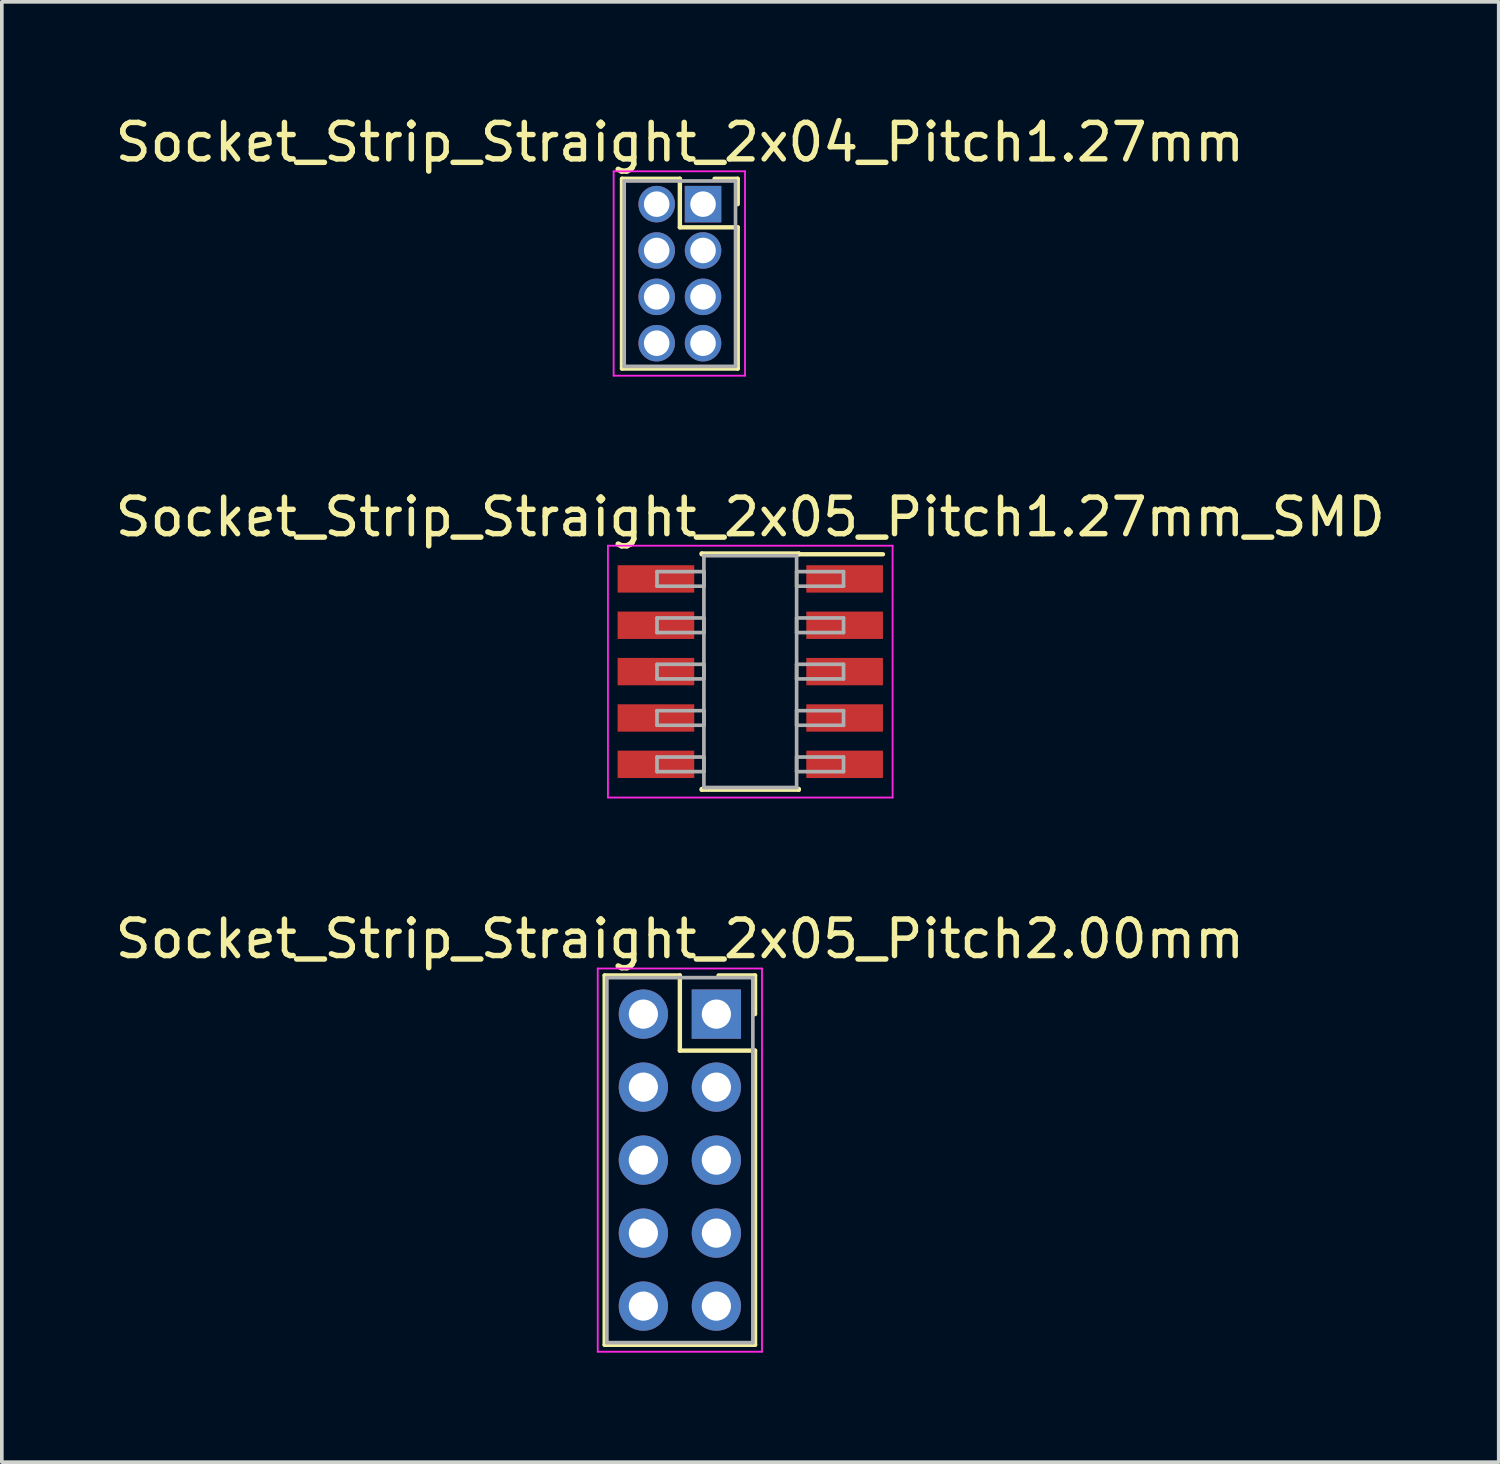
<source format=kicad_pcb>
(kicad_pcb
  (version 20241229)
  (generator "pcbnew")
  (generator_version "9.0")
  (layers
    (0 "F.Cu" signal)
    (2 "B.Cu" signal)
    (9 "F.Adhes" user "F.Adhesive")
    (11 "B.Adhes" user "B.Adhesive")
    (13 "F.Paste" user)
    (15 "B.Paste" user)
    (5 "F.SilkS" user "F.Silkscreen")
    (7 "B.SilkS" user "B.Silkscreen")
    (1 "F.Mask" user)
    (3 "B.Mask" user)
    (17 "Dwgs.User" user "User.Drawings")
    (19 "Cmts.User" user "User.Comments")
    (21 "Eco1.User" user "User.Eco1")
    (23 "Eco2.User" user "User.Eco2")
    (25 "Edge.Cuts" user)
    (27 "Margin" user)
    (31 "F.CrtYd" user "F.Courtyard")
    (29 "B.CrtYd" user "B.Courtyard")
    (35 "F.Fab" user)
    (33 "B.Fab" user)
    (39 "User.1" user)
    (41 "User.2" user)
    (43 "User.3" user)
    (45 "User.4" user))
  (footprint "Socket_Strip_Straight_2x05_Pitch1.27mm_SMD"
    (layer "F.Cu")
    (at 17.506 15.351)
    (property "Reference" "Socket_Strip_Straight_2x05_Pitch1.27mm_SMD" (at 0 -4.235 0) (layer "F.SilkS") (effects (font (size 1 1) (thickness 0.15))))
    (attr smd)
    (fp_line (start -1.33 -3.235) (end 1.33 -3.235) (stroke (width 0.12) (type solid)) (layer "F.SilkS"))
    (fp_line (start -1.33 -3.215) (end -1.33 -3.235) (stroke (width 0.12) (type solid)) (layer "F.SilkS"))
    (fp_line (start -1.33 3.215) (end -1.33 3.235) (stroke (width 0.12) (type solid)) (layer "F.SilkS"))
    (fp_line (start -1.33 3.235) (end 1.33 3.235) (stroke (width 0.12) (type solid)) (layer "F.SilkS"))
    (fp_line (start 1.33 -3.235) (end 1.33 -3.215) (stroke (width 0.12) (type solid)) (layer "F.SilkS"))
    (fp_line (start 1.33 3.235) (end 1.33 3.215) (stroke (width 0.12) (type solid)) (layer "F.SilkS"))
    (fp_line (start 3.635 -3.215) (end 1.33 -3.215) (stroke (width 0.12) (type solid)) (layer "F.SilkS"))
    (fp_line (start -3.9 -3.45) (end -3.9 3.45) (stroke (width 0.05) (type solid)) (layer "F.CrtYd"))
    (fp_line (start -3.9 3.45) (end 3.9 3.45) (stroke (width 0.05) (type solid)) (layer "F.CrtYd"))
    (fp_line (start 3.9 -3.45) (end -3.9 -3.45) (stroke (width 0.05) (type solid)) (layer "F.CrtYd"))
    (fp_line (start 3.9 3.45) (end 3.9 -3.45) (stroke (width 0.05) (type solid)) (layer "F.CrtYd"))
    (fp_line (start -2.555 -2.74) (end -1.27 -2.74) (stroke (width 0.1) (type solid)) (layer "F.Fab"))
    (fp_line (start -2.555 -2.34) (end -2.555 -2.74) (stroke (width 0.1) (type solid)) (layer "F.Fab"))
    (fp_line (start -2.555 -1.47) (end -1.27 -1.47) (stroke (width 0.1) (type solid)) (layer "F.Fab"))
    (fp_line (start -2.555 -1.07) (end -2.555 -1.47) (stroke (width 0.1) (type solid)) (layer "F.Fab"))
    (fp_line (start -2.555 -0.2) (end -1.27 -0.2) (stroke (width 0.1) (type solid)) (layer "F.Fab"))
    (fp_line (start -2.555 0.2) (end -2.555 -0.2) (stroke (width 0.1) (type solid)) (layer "F.Fab"))
    (fp_line (start -2.555 1.07) (end -1.27 1.07) (stroke (width 0.1) (type solid)) (layer "F.Fab"))
    (fp_line (start -2.555 1.47) (end -2.555 1.07) (stroke (width 0.1) (type solid)) (layer "F.Fab"))
    (fp_line (start -2.555 2.34) (end -1.27 2.34) (stroke (width 0.1) (type solid)) (layer "F.Fab"))
    (fp_line (start -2.555 2.74) (end -2.555 2.34) (stroke (width 0.1) (type solid)) (layer "F.Fab"))
    (fp_line (start -1.27 -3.175) (end -1.27 3.175) (stroke (width 0.1) (type solid)) (layer "F.Fab"))
    (fp_line (start -1.27 -2.74) (end -1.27 -2.34) (stroke (width 0.1) (type solid)) (layer "F.Fab"))
    (fp_line (start -1.27 -2.34) (end -2.555 -2.34) (stroke (width 0.1) (type solid)) (layer "F.Fab"))
    (fp_line (start -1.27 -1.47) (end -1.27 -1.07) (stroke (width 0.1) (type solid)) (layer "F.Fab"))
    (fp_line (start -1.27 -1.07) (end -2.555 -1.07) (stroke (width 0.1) (type solid)) (layer "F.Fab"))
    (fp_line (start -1.27 -0.2) (end -1.27 0.2) (stroke (width 0.1) (type solid)) (layer "F.Fab"))
    (fp_line (start -1.27 0.2) (end -2.555 0.2) (stroke (width 0.1) (type solid)) (layer "F.Fab"))
    (fp_line (start -1.27 1.07) (end -1.27 1.47) (stroke (width 0.1) (type solid)) (layer "F.Fab"))
    (fp_line (start -1.27 1.47) (end -2.555 1.47) (stroke (width 0.1) (type solid)) (layer "F.Fab"))
    (fp_line (start -1.27 2.34) (end -1.27 2.74) (stroke (width 0.1) (type solid)) (layer "F.Fab"))
    (fp_line (start -1.27 2.74) (end -2.555 2.74) (stroke (width 0.1) (type solid)) (layer "F.Fab"))
    (fp_line (start -1.27 3.175) (end 1.27 3.175) (stroke (width 0.1) (type solid)) (layer "F.Fab"))
    (fp_line (start 1.27 -3.175) (end -1.27 -3.175) (stroke (width 0.1) (type solid)) (layer "F.Fab"))
    (fp_line (start 1.27 -2.74) (end 1.27 -2.34) (stroke (width 0.1) (type solid)) (layer "F.Fab"))
    (fp_line (start 1.27 -2.34) (end 2.555 -2.34) (stroke (width 0.1) (type solid)) (layer "F.Fab"))
    (fp_line (start 1.27 -1.47) (end 1.27 -1.07) (stroke (width 0.1) (type solid)) (layer "F.Fab"))
    (fp_line (start 1.27 -1.07) (end 2.555 -1.07) (stroke (width 0.1) (type solid)) (layer "F.Fab"))
    (fp_line (start 1.27 -0.2) (end 1.27 0.2) (stroke (width 0.1) (type solid)) (layer "F.Fab"))
    (fp_line (start 1.27 0.2) (end 2.555 0.2) (stroke (width 0.1) (type solid)) (layer "F.Fab"))
    (fp_line (start 1.27 1.07) (end 1.27 1.47) (stroke (width 0.1) (type solid)) (layer "F.Fab"))
    (fp_line (start 1.27 1.47) (end 2.555 1.47) (stroke (width 0.1) (type solid)) (layer "F.Fab"))
    (fp_line (start 1.27 2.34) (end 1.27 2.74) (stroke (width 0.1) (type solid)) (layer "F.Fab"))
    (fp_line (start 1.27 2.74) (end 2.555 2.74) (stroke (width 0.1) (type solid)) (layer "F.Fab"))
    (fp_line (start 1.27 3.175) (end 1.27 -3.175) (stroke (width 0.1) (type solid)) (layer "F.Fab"))
    (fp_line (start 2.555 -2.74) (end 1.27 -2.74) (stroke (width 0.1) (type solid)) (layer "F.Fab"))
    (fp_line (start 2.555 -2.34) (end 2.555 -2.74) (stroke (width 0.1) (type solid)) (layer "F.Fab"))
    (fp_line (start 2.555 -1.47) (end 1.27 -1.47) (stroke (width 0.1) (type solid)) (layer "F.Fab"))
    (fp_line (start 2.555 -1.07) (end 2.555 -1.47) (stroke (width 0.1) (type solid)) (layer "F.Fab"))
    (fp_line (start 2.555 -0.2) (end 1.27 -0.2) (stroke (width 0.1) (type solid)) (layer "F.Fab"))
    (fp_line (start 2.555 0.2) (end 2.555 -0.2) (stroke (width 0.1) (type solid)) (layer "F.Fab"))
    (fp_line (start 2.555 1.07) (end 1.27 1.07) (stroke (width 0.1) (type solid)) (layer "F.Fab"))
    (fp_line (start 2.555 1.47) (end 2.555 1.07) (stroke (width 0.1) (type solid)) (layer "F.Fab"))
    (fp_line (start 2.555 2.34) (end 1.27 2.34) (stroke (width 0.1) (type solid)) (layer "F.Fab"))
    (fp_line (start 2.555 2.74) (end 2.555 2.34) (stroke (width 0.1) (type solid)) (layer "F.Fab"))
    (pad "1" smd rect (at 2.585 -2.54) (size 2.1 0.75) (layers "F.Cu" "F.Mask"))
    (pad "2" smd rect (at -2.585 -2.54) (size 2.1 0.75) (layers "F.Cu" "F.Mask"))
    (pad "3" smd rect (at 2.585 -1.27) (size 2.1 0.75) (layers "F.Cu" "F.Mask"))
    (pad "4" smd rect (at -2.585 -1.27) (size 2.1 0.75) (layers "F.Cu" "F.Mask"))
    (pad "5" smd rect (at 2.585 0) (size 2.1 0.75) (layers "F.Cu" "F.Mask"))
    (pad "6" smd rect (at -2.585 0) (size 2.1 0.75) (layers "F.Cu" "F.Mask"))
    (pad "7" smd rect (at 2.585 1.27) (size 2.1 0.75) (layers "F.Cu" "F.Mask"))
    (pad "8" smd rect (at -2.585 1.27) (size 2.1 0.75) (layers "F.Cu" "F.Mask"))
    (pad "9" smd rect (at 2.585 2.54) (size 2.1 0.75) (layers "F.Cu" "F.Mask"))
    (pad "10" smd rect (at -2.585 2.54) (size 2.1 0.75) (layers "F.Cu" "F.Mask")))
  (footprint "Socket_Strip_Straight_2x04_Pitch1.27mm"
    (layer "F.Cu")
    (at 16.212 2.543)
    (property "Reference" "Socket_Strip_Straight_2x04_Pitch1.27mm" (at -0.635 -1.695 0) (layer "F.SilkS") (effects (font (size 1 1) (thickness 0.15))))
    (attr through_hole)
    (fp_line (start -2.22 -0.695) (end -0.635 -0.695) (stroke (width 0.12) (type solid)) (layer "F.SilkS"))
    (fp_line (start -2.22 4.505) (end -2.22 -0.695) (stroke (width 0.12) (type solid)) (layer "F.SilkS"))
    (fp_line (start -0.635 -0.695) (end -0.635 0.635) (stroke (width 0.12) (type solid)) (layer "F.SilkS"))
    (fp_line (start -0.635 0.635) (end 0.95 0.635) (stroke (width 0.12) (type solid)) (layer "F.SilkS"))
    (fp_line (start 0.95 -0.695) (end 0.315 -0.695) (stroke (width 0.12) (type solid)) (layer "F.SilkS"))
    (fp_line (start 0.95 0) (end 0.95 -0.695) (stroke (width 0.12) (type solid)) (layer "F.SilkS"))
    (fp_line (start 0.95 0.635) (end 0.95 4.505) (stroke (width 0.12) (type solid)) (layer "F.SilkS"))
    (fp_line (start 0.95 4.505) (end -2.22 4.505) (stroke (width 0.12) (type solid)) (layer "F.SilkS"))
    (fp_line (start -2.45 -0.9) (end -2.45 4.7) (stroke (width 0.05) (type solid)) (layer "F.CrtYd"))
    (fp_line (start -2.45 4.7) (end 1.15 4.7) (stroke (width 0.05) (type solid)) (layer "F.CrtYd"))
    (fp_line (start 1.15 -0.9) (end -2.45 -0.9) (stroke (width 0.05) (type solid)) (layer "F.CrtYd"))
    (fp_line (start 1.15 4.7) (end 1.15 -0.9) (stroke (width 0.05) (type solid)) (layer "F.CrtYd"))
    (fp_line (start -2.16 -0.635) (end -2.16 4.445) (stroke (width 0.1) (type solid)) (layer "F.Fab"))
    (fp_line (start -2.16 4.445) (end 0.89 4.445) (stroke (width 0.1) (type solid)) (layer "F.Fab"))
    (fp_line (start 0.89 -0.635) (end -2.16 -0.635) (stroke (width 0.1) (type solid)) (layer "F.Fab"))
    (fp_line (start 0.89 4.445) (end 0.89 -0.635) (stroke (width 0.1) (type solid)) (layer "F.Fab"))
    (pad "1" thru_hole rect (at 0 0) (size 1 1) (drill 0.7) (layers "*.Cu" "*.Mask"))
    (pad "2" thru_hole oval (at -1.27 0) (size 1 1) (drill 0.7) (layers "*.Cu" "*.Mask"))
    (pad "3" thru_hole oval (at 0 1.27) (size 1 1) (drill 0.7) (layers "*.Cu" "*.Mask"))
    (pad "4" thru_hole oval (at -1.27 1.27) (size 1 1) (drill 0.7) (layers "*.Cu" "*.Mask"))
    (pad "5" thru_hole oval (at 0 2.54) (size 1 1) (drill 0.7) (layers "*.Cu" "*.Mask"))
    (pad "6" thru_hole oval (at -1.27 2.54) (size 1 1) (drill 0.7) (layers "*.Cu" "*.Mask"))
    (pad "7" thru_hole oval (at 0 3.81) (size 1 1) (drill 0.7) (layers "*.Cu" "*.Mask"))
    (pad "8" thru_hole oval (at -1.27 3.81) (size 1 1) (drill 0.7) (layers "*.Cu" "*.Mask")))
  (footprint "Socket_Strip_Straight_2x05_Pitch2.00mm"
    (layer "F.Cu")
    (at 16.577 24.735)
    (property "Reference" "Socket_Strip_Straight_2x05_Pitch2.00mm" (at -1 -2.06 0) (layer "F.SilkS") (effects (font (size 1 1) (thickness 0.15))))
    (attr through_hole)
    (fp_line (start -3.06 -1.06) (end -1 -1.06) (stroke (width 0.12) (type solid)) (layer "F.SilkS"))
    (fp_line (start -3.06 9.06) (end -3.06 -1.06) (stroke (width 0.12) (type solid)) (layer "F.SilkS"))
    (fp_line (start -1 -1.06) (end -1 1) (stroke (width 0.12) (type solid)) (layer "F.SilkS"))
    (fp_line (start -1 1) (end 1.06 1) (stroke (width 0.12) (type solid)) (layer "F.SilkS"))
    (fp_line (start 1.06 -1.06) (end 0.06 -1.06) (stroke (width 0.12) (type solid)) (layer "F.SilkS"))
    (fp_line (start 1.06 0) (end 1.06 -1.06) (stroke (width 0.12) (type solid)) (layer "F.SilkS"))
    (fp_line (start 1.06 1) (end 1.06 9.06) (stroke (width 0.12) (type solid)) (layer "F.SilkS"))
    (fp_line (start 1.06 9.06) (end -3.06 9.06) (stroke (width 0.12) (type solid)) (layer "F.SilkS"))
    (fp_line (start -3.25 -1.25) (end -3.25 9.25) (stroke (width 0.05) (type solid)) (layer "F.CrtYd"))
    (fp_line (start -3.25 9.25) (end 1.25 9.25) (stroke (width 0.05) (type solid)) (layer "F.CrtYd"))
    (fp_line (start 1.25 -1.25) (end -3.25 -1.25) (stroke (width 0.05) (type solid)) (layer "F.CrtYd"))
    (fp_line (start 1.25 9.25) (end 1.25 -1.25) (stroke (width 0.05) (type solid)) (layer "F.CrtYd"))
    (fp_line (start -3 -1) (end -3 9) (stroke (width 0.1) (type solid)) (layer "F.Fab"))
    (fp_line (start -3 9) (end 1 9) (stroke (width 0.1) (type solid)) (layer "F.Fab"))
    (fp_line (start 1 -1) (end -3 -1) (stroke (width 0.1) (type solid)) (layer "F.Fab"))
    (fp_line (start 1 9) (end 1 -1) (stroke (width 0.1) (type solid)) (layer "F.Fab"))
    (pad "1" thru_hole rect (at 0 0) (size 1.35 1.35) (drill 0.8) (layers "*.Cu" "*.Mask"))
    (pad "2" thru_hole oval (at -2 0) (size 1.35 1.35) (drill 0.8) (layers "*.Cu" "*.Mask"))
    (pad "3" thru_hole oval (at 0 2) (size 1.35 1.35) (drill 0.8) (layers "*.Cu" "*.Mask"))
    (pad "4" thru_hole oval (at -2 2) (size 1.35 1.35) (drill 0.8) (layers "*.Cu" "*.Mask"))
    (pad "5" thru_hole oval (at 0 4) (size 1.35 1.35) (drill 0.8) (layers "*.Cu" "*.Mask"))
    (pad "6" thru_hole oval (at -2 4) (size 1.35 1.35) (drill 0.8) (layers "*.Cu" "*.Mask"))
    (pad "7" thru_hole oval (at 0 6) (size 1.35 1.35) (drill 0.8) (layers "*.Cu" "*.Mask"))
    (pad "8" thru_hole oval (at -2 6) (size 1.35 1.35) (drill 0.8) (layers "*.Cu" "*.Mask"))
    (pad "9" thru_hole oval (at 0 8) (size 1.35 1.35) (drill 0.8) (layers "*.Cu" "*.Mask"))
    (pad "10" thru_hole oval (at -2 8) (size 1.35 1.35) (drill 0.8) (layers "*.Cu" "*.Mask")))
  (gr_rect
    (start -3 -3)
    (end 38.012 37.01)
    (stroke (width 0.1) (type default))
    (fill no)
    (layer "Edge.Cuts")))
</source>
